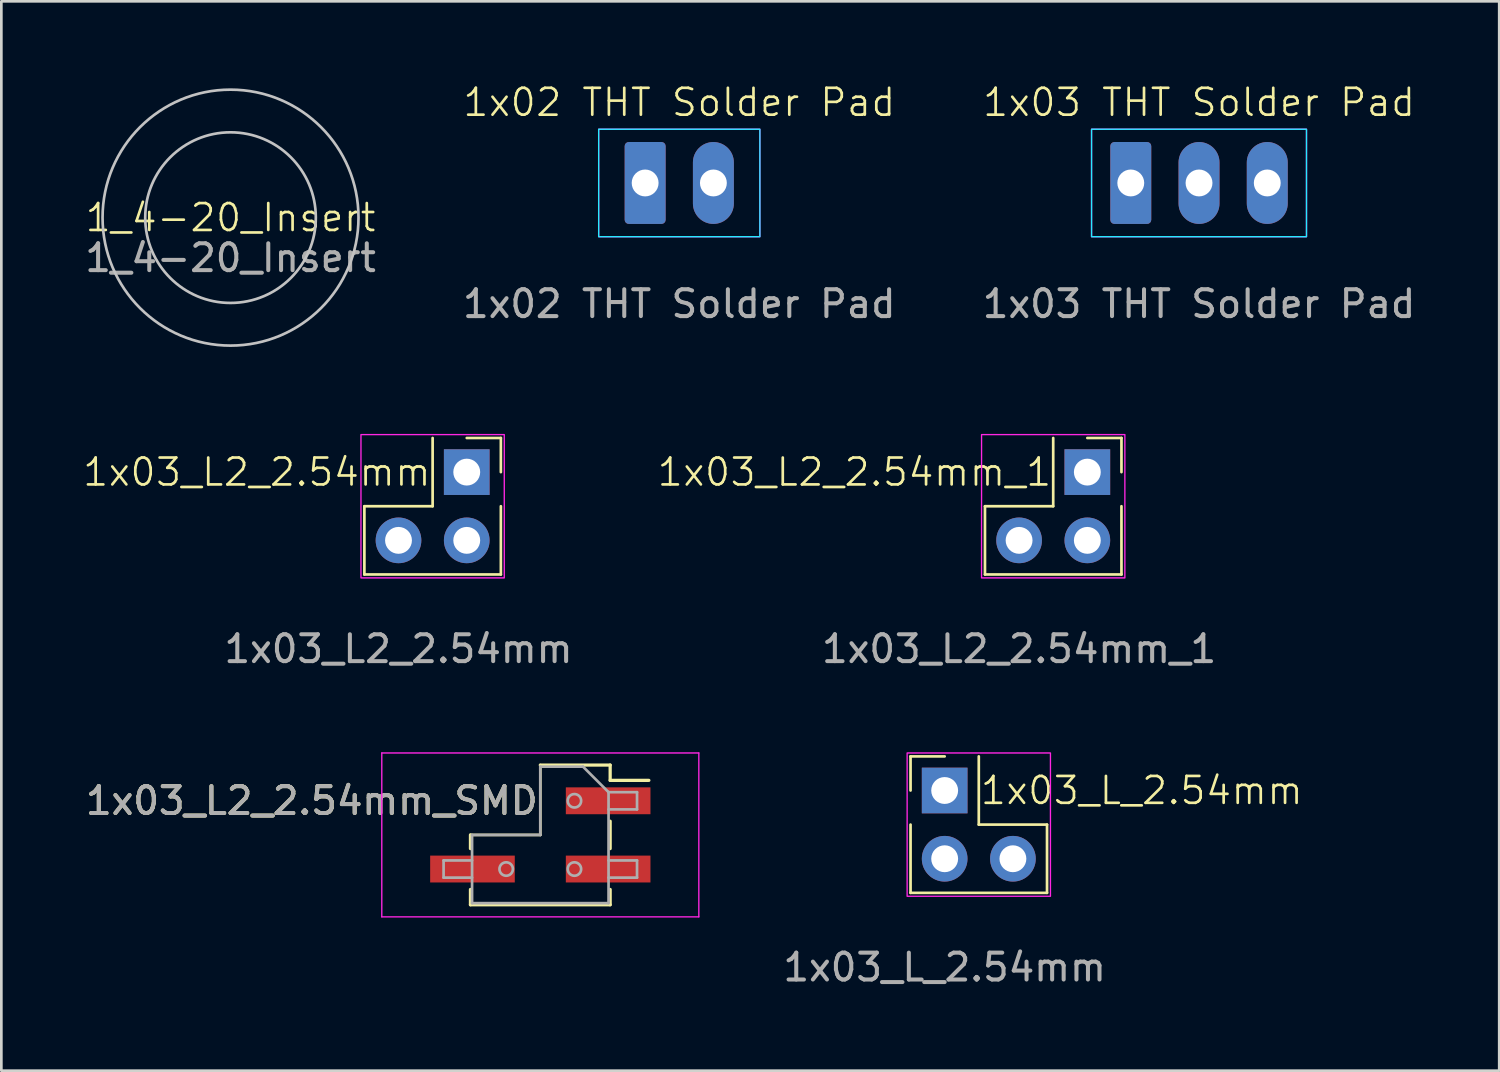
<source format=kicad_pcb>
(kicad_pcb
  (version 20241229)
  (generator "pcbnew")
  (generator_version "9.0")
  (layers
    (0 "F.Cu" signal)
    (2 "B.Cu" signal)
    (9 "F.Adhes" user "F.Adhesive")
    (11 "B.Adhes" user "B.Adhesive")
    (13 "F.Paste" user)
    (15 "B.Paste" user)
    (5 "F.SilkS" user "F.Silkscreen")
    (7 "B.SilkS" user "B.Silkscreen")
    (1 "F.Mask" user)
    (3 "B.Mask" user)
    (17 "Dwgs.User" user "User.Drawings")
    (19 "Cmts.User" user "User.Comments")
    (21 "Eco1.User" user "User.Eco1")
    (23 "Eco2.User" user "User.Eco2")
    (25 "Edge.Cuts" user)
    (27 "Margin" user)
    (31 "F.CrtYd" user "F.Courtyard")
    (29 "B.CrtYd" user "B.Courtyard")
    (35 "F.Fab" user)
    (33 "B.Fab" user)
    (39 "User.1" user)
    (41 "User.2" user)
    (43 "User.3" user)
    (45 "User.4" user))
  (footprint "1x03_L2_2.54mm_SMD"
    (layer "F.Cu")
    (at 17.06 28.025)
    (property "Reference" "1x03_L2_2.54mm_SMD" (at 0 -1.27 0) (layer "F.SilkS") (effects (font (size 1 1) (thickness 0.15)) (justify right)))
    (attr smd)
    (fp_line (start -2.6 0) (end -2.6 0.51) (stroke (width 0.12) (type solid)) (layer "F.SilkS"))
    (fp_line (start -2.6 0) (end 0 0) (stroke (width 0.1) (type default)) (layer "F.SilkS"))
    (fp_line (start -2.6 2.03) (end -2.6 2.6) (stroke (width 0.12) (type solid)) (layer "F.SilkS"))
    (fp_line (start 0 0) (end 0 -2.6) (stroke (width 0.1) (type default)) (layer "F.SilkS"))
    (fp_line (start 2.6 -2.6) (end 0 -2.6) (stroke (width 0.12) (type solid)) (layer "F.SilkS"))
    (fp_line (start 2.6 -2.6) (end 2.6 -2.03) (stroke (width 0.12) (type solid)) (layer "F.SilkS"))
    (fp_line (start 2.6 -0.51) (end 2.6 0.51) (stroke (width 0.12) (type solid)) (layer "F.SilkS"))
    (fp_line (start 2.6 2.03) (end 2.6 2.6) (stroke (width 0.12) (type solid)) (layer "F.SilkS"))
    (fp_line (start 2.6 2.6) (end -2.6 2.6) (stroke (width 0.12) (type solid)) (layer "F.SilkS"))
    (fp_line (start 4.04 -2.03) (end 2.6 -2.03) (stroke (width 0.12) (type solid)) (layer "F.SilkS"))
    (fp_line (start -5.9 -3.05) (end 5.9 -3.05) (stroke (width 0.05) (type solid)) (layer "F.CrtYd"))
    (fp_line (start -5.9 3.05) (end -5.9 -3.05) (stroke (width 0.05) (type solid)) (layer "F.CrtYd"))
    (fp_line (start 5.9 -3.05) (end 5.9 3.05) (stroke (width 0.05) (type solid)) (layer "F.CrtYd"))
    (fp_line (start 5.9 3.05) (end -5.9 3.05) (stroke (width 0.05) (type solid)) (layer "F.CrtYd"))
    (fp_line (start -3.6 0.95) (end -3.6 1.59) (stroke (width 0.1) (type solid)) (layer "F.Fab"))
    (fp_line (start -3.6 1.59) (end -2.54 1.59) (stroke (width 0.1) (type solid)) (layer "F.Fab"))
    (fp_line (start -2.54 0) (end -2.54 2.54) (stroke (width 0.1) (type solid)) (layer "F.Fab"))
    (fp_line (start -2.54 0) (end 0 0) (stroke (width 0.1) (type default)) (layer "F.Fab"))
    (fp_line (start -2.54 0.95) (end -3.6 0.95) (stroke (width 0.1) (type solid)) (layer "F.Fab"))
    (fp_line (start -2.54 2.54) (end 2.54 2.54) (stroke (width 0.1) (type solid)) (layer "F.Fab"))
    (fp_line (start 0 0) (end 0 -2.54) (stroke (width 0.1) (type default)) (layer "F.Fab"))
    (fp_line (start 1.59 -2.54) (end 0 -2.54) (stroke (width 0.1) (type solid)) (layer "F.Fab"))
    (fp_line (start 2.54 -1.59) (end 1.59 -2.54) (stroke (width 0.1) (type solid)) (layer "F.Fab"))
    (fp_line (start 2.54 -1.59) (end 3.6 -1.59) (stroke (width 0.1) (type solid)) (layer "F.Fab"))
    (fp_line (start 2.54 0.95) (end 3.6 0.95) (stroke (width 0.1) (type solid)) (layer "F.Fab"))
    (fp_line (start 2.54 2.54) (end 2.54 -1.59) (stroke (width 0.1) (type solid)) (layer "F.Fab"))
    (fp_line (start 3.6 -1.59) (end 3.6 -0.95) (stroke (width 0.1) (type solid)) (layer "F.Fab"))
    (fp_line (start 3.6 -0.95) (end 2.54 -0.95) (stroke (width 0.1) (type solid)) (layer "F.Fab"))
    (fp_line (start 3.6 0.95) (end 3.6 1.59) (stroke (width 0.1) (type solid)) (layer "F.Fab"))
    (fp_line (start 3.6 1.59) (end 2.54 1.59) (stroke (width 0.1) (type solid)) (layer "F.Fab"))
    (fp_circle (center -1.27 1.27) (end -1.52 1.27) (stroke (width 0.1) (type default)) (fill no) (layer "F.Fab"))
    (fp_circle (center 1.27 -1.27) (end 1.02 -1.27) (stroke (width 0.1) (type default)) (fill no) (layer "F.Fab"))
    (fp_circle (center 1.27 1.27) (end 1.02 1.27) (stroke (width 0.1) (type default)) (fill no) (layer "F.Fab"))
    (fp_text user "${REFERENCE}" (at 0 -1.27 180) (layer "F.Fab") (effects (font (size 1 1) (thickness 0.15)) (justify right)))
    (pad "1" smd rect (at 2.525 -1.27) (size 3.15 1) (layers "F.Cu" "F.Mask" "F.Paste"))
    (pad "2" smd rect (at 2.525 1.27) (size 3.15 1) (layers "F.Cu" "F.Mask" "F.Paste"))
    (pad "3" smd rect (at -2.525 1.27) (size 3.15 1) (layers "F.Cu" "F.Mask" "F.Paste")))
  (footprint "1x03_L2_2.54mm_1"
    (layer "F.Cu")
    (at 36.15 15.792)
    (property "Reference" "1x03_L2_2.54mm_1" (at 0 -1.27 0) (unlocked yes) (layer "F.SilkS") (effects (font (size 1 1) (thickness 0.1)) (justify right)))
    (attr through_hole)
    (fp_line (start -2.54 0) (end -2.54 2.54) (stroke (width 0.1) (type default)) (layer "F.SilkS"))
    (fp_line (start -2.54 0) (end 0 0) (stroke (width 0.1) (type default)) (layer "F.SilkS"))
    (fp_line (start -2.54 2.54) (end 2.54 2.54) (stroke (width 0.1) (type default)) (layer "F.SilkS"))
    (fp_line (start 0 -2.54) (end 0 0) (stroke (width 0.1) (type default)) (layer "F.SilkS"))
    (fp_line (start 2.54 -2.54) (end 1.27 -2.54) (stroke (width 0.1) (type default)) (layer "F.SilkS"))
    (fp_line (start 2.54 -2.54) (end 2.54 -1.27) (stroke (width 0.1) (type default)) (layer "F.SilkS"))
    (fp_line (start 2.54 2.54) (end 2.54 0) (stroke (width 0.1) (type default)) (layer "F.SilkS"))
    (fp_rect (start -2.667 -2.667) (end 2.667 2.667) (stroke (width 0.05) (type default)) (fill no) (layer "F.CrtYd"))
    (fp_text user "${REFERENCE}" (at -1.27 5.31 0) (unlocked yes) (layer "F.Fab") (effects (font (size 1 1) (thickness 0.15))))
    (pad "1" thru_hole rect (at 1.27 -1.27) (size 1.7 1.7) (drill 1) (layers "*.Cu" "*.Mask"))
    (pad "2" thru_hole circle (at 1.27 1.27) (size 1.7 1.7) (drill 1) (layers "*.Cu" "*.Mask"))
    (pad "3" thru_hole circle (at -1.27 1.27) (size 1.7 1.7) (drill 1) (layers "*.Cu" "*.Mask")))
  (footprint "1x02 THT Solder Pad"
    (layer "F.Cu")
    (at 22.232 3.76)
    (property "Reference" "1x02 THT Solder Pad" (at 0 -3 0) (unlocked yes) (layer "F.SilkS") (effects (font (size 1 1) (thickness 0.1))))
    (attr through_hole)
    (fp_rect (start -3 -2) (end 3 2) (stroke (width 0.05) (type default)) (fill no) (layer "B.CrtYd"))
    (fp_rect (start -3 -2) (end 3 2) (stroke (width 0.05) (type default)) (fill no) (layer "F.CrtYd"))
    (fp_text user "${REFERENCE}" (at 0 4.5 0) (unlocked yes) (layer "F.Fab") (effects (font (size 1 1) (thickness 0.15))))
    (pad "1" thru_hole roundrect (at -1.27 0) (size 1.524 3.048) (drill 1) (layers "*.Cu" "*.Mask") (roundrect_rratio 0.1))
    (pad "2" thru_hole oval (at 1.27 0) (size 1.524 3.048) (drill 1) (layers "*.Cu" "*.Mask")))
  (footprint "1_4-20_Insert"
    (layer "F.Cu")
    (at 5.53 5.05)
    (property "Reference" "1_4-20_Insert" (at 0 0 0) (unlocked yes) (layer "F.SilkS") (effects (font (size 1 1) (thickness 0.1))))
    (fp_circle (center 0 0) (end 3.175 0) (stroke (width 0.1) (type default)) (fill no) (layer "Dwgs.User"))
    (fp_circle (center 0 0) (end 4.763 0) (stroke (width 0.1) (type default)) (fill no) (layer "Dwgs.User"))
    (fp_circle (center 0 0) (end 5 0) (stroke (width 0.1) (type default)) (fill no) (layer "Margin"))
    (fp_text user "${REFERENCE}" (at 0 1.5 0) (unlocked yes) (layer "F.Fab") (effects (font (size 1 1) (thickness 0.15)))))
  (footprint "1x03 THT Solder Pad"
    (layer "F.Cu")
    (at 41.577 3.76)
    (property "Reference" "1x03 THT Solder Pad" (at 0 -3 0) (unlocked yes) (layer "F.SilkS") (effects (font (size 1 1) (thickness 0.1))))
    (attr through_hole)
    (fp_rect (start -4 -2) (end 4 2) (stroke (width 0.05) (type default)) (fill no) (layer "B.CrtYd"))
    (fp_rect (start -4 -2) (end 4 2) (stroke (width 0.05) (type default)) (fill no) (layer "F.CrtYd"))
    (fp_text user "${REFERENCE}" (at 0 4.5 0) (unlocked yes) (layer "F.Fab") (effects (font (size 1 1) (thickness 0.15))))
    (pad "1" thru_hole roundrect (at -2.54 0) (size 1.524 3.048) (drill 1) (layers "*.Cu" "*.Mask") (roundrect_rratio 0.1))
    (pad "2" thru_hole oval (at 0 0) (size 1.524 3.048) (drill 1) (layers "*.Cu" "*.Mask"))
    (pad "3" thru_hole oval (at 2.54 0) (size 1.524 3.048) (drill 1) (layers "*.Cu" "*.Mask")))
  (footprint "1x03_L2_2.54mm"
    (layer "F.Cu")
    (at 13.052 15.792)
    (property "Reference" "1x03_L2_2.54mm" (at 0 -1.27 0) (unlocked yes) (layer "F.SilkS") (effects (font (size 1 1) (thickness 0.1)) (justify right)))
    (attr through_hole)
    (fp_line (start -2.54 0) (end -2.54 2.54) (stroke (width 0.1) (type default)) (layer "F.SilkS"))
    (fp_line (start -2.54 0) (end 0 0) (stroke (width 0.1) (type default)) (layer "F.SilkS"))
    (fp_line (start -2.54 2.54) (end 2.54 2.54) (stroke (width 0.1) (type default)) (layer "F.SilkS"))
    (fp_line (start 0 -2.54) (end 0 0) (stroke (width 0.1) (type default)) (layer "F.SilkS"))
    (fp_line (start 2.54 -2.54) (end 1.27 -2.54) (stroke (width 0.1) (type default)) (layer "F.SilkS"))
    (fp_line (start 2.54 -2.54) (end 2.54 -1.27) (stroke (width 0.1) (type default)) (layer "F.SilkS"))
    (fp_line (start 2.54 2.54) (end 2.54 0) (stroke (width 0.1) (type default)) (layer "F.SilkS"))
    (fp_rect (start -2.667 -2.667) (end 2.667 2.667) (stroke (width 0.05) (type default)) (fill no) (layer "F.CrtYd"))
    (fp_text user "${REFERENCE}" (at -1.27 5.31 0) (unlocked yes) (layer "F.Fab") (effects (font (size 1 1) (thickness 0.15))))
    (pad "1" thru_hole rect (at 1.27 -1.27) (size 1.7 1.7) (drill 1) (layers "*.Cu" "*.Mask"))
    (pad "2" thru_hole circle (at 1.27 1.27) (size 1.7 1.7) (drill 1) (layers "*.Cu" "*.Mask"))
    (pad "3" thru_hole circle (at -1.27 1.27) (size 1.7 1.7) (drill 1) (layers "*.Cu" "*.Mask")))
  (footprint "1x03_L_2.54mm"
    (layer "F.Cu")
    (at 33.38 27.642)
    (property "Reference" "1x03_L_2.54mm" (at 0 -1.27 0) (unlocked yes) (layer "F.SilkS") (effects (font (size 1 1) (thickness 0.1)) (justify left)))
    (attr through_hole)
    (fp_line (start -2.54 -2.54) (end -2.54 -1.27) (stroke (width 0.1) (type default)) (layer "F.SilkS"))
    (fp_line (start -2.54 0) (end -2.54 2.54) (stroke (width 0.1) (type default)) (layer "F.SilkS"))
    (fp_line (start -2.54 2.54) (end 2.54 2.54) (stroke (width 0.1) (type default)) (layer "F.SilkS"))
    (fp_line (start -1.27 -2.54) (end -2.54 -2.54) (stroke (width 0.1) (type default)) (layer "F.SilkS"))
    (fp_line (start 0 0) (end 0 -2.54) (stroke (width 0.1) (type default)) (layer "F.SilkS"))
    (fp_line (start 2.54 0) (end 0 0) (stroke (width 0.1) (type default)) (layer "F.SilkS"))
    (fp_line (start 2.54 2.54) (end 2.54 0) (stroke (width 0.1) (type default)) (layer "F.SilkS"))
    (fp_rect (start -2.667 -2.667) (end 2.667 2.667) (stroke (width 0.05) (type default)) (fill no) (layer "F.CrtYd"))
    (fp_text user "${REFERENCE}" (at -1.27 5.31 0) (unlocked yes) (layer "F.Fab") (effects (font (size 1 1) (thickness 0.15))))
    (pad "1" thru_hole rect (at -1.27 -1.27) (size 1.7 1.7) (drill 1) (layers "*.Cu" "*.Mask"))
    (pad "2" thru_hole circle (at -1.27 1.27) (size 1.7 1.7) (drill 1) (layers "*.Cu" "*.Mask"))
    (pad "3" thru_hole circle (at 1.27 1.27) (size 1.7 1.7) (drill 1) (layers "*.Cu" "*.Mask")))
  (gr_rect
    (start -3 -3)
    (end 52.75 36.8)
    (stroke (width 0.1) (type default))
    (fill no)
    (layer "Edge.Cuts")))
</source>
